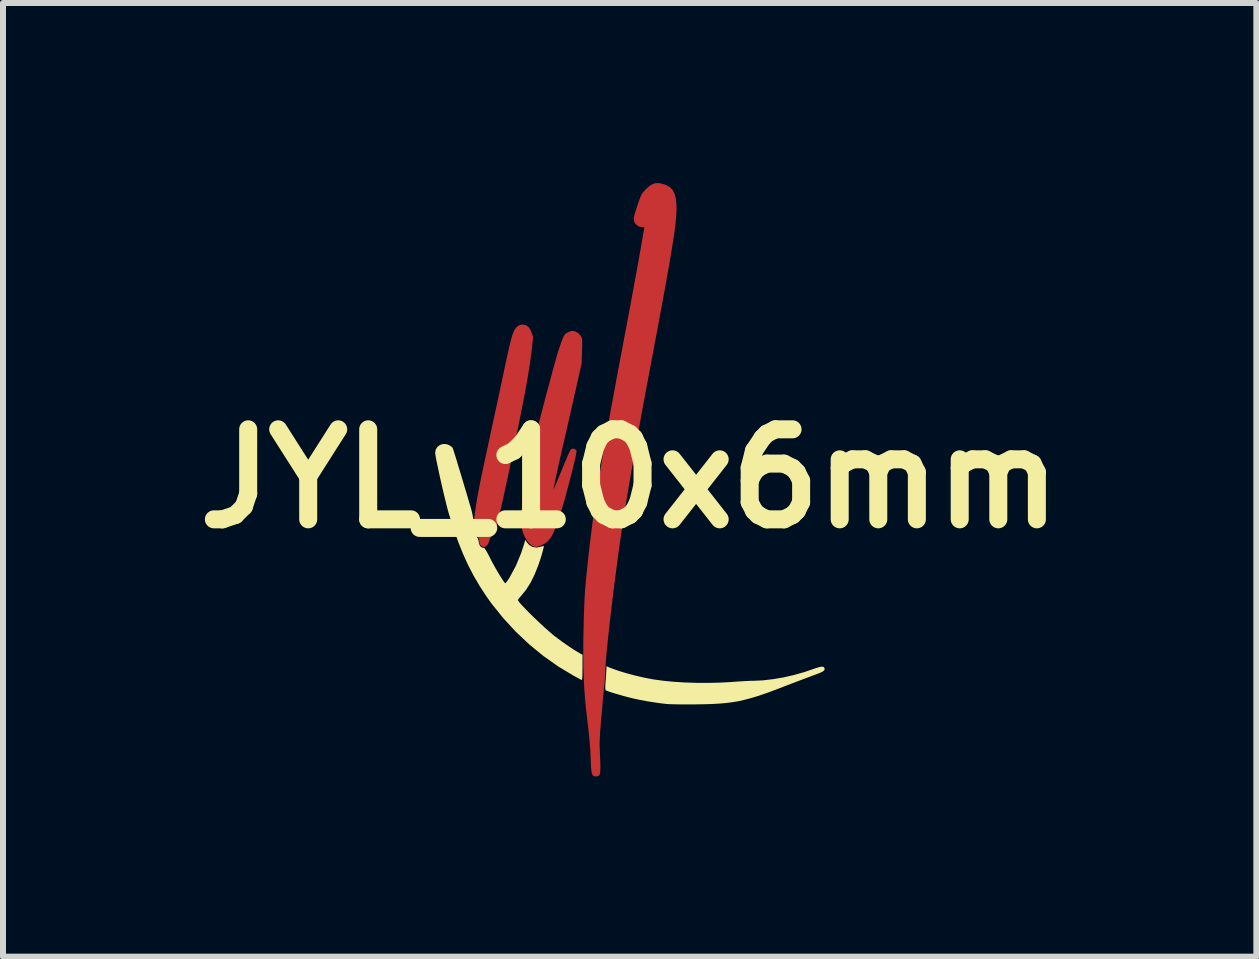
<source format=kicad_pcb>
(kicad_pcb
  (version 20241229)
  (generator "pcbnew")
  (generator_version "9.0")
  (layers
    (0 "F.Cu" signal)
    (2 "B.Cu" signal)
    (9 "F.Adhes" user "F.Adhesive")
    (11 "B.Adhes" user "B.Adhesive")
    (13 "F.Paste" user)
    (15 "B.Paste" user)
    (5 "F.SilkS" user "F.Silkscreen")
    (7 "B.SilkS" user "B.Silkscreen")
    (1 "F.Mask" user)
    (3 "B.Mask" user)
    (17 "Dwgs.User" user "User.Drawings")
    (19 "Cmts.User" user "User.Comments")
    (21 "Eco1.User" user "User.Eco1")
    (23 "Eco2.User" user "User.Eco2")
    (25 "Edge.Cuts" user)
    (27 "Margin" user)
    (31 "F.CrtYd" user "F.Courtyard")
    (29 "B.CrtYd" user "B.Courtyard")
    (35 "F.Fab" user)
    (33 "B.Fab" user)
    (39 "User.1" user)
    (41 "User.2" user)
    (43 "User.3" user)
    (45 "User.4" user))
  (footprint "JYL_10x6mm"
    (layer "F.Cu")
    (at 7.443 4.926)
    (property "Reference" "JYL_10x6mm" (at 0 0 0) (layer "F.SilkS") (effects (font (size 1.5 1.5) (thickness 0.3))))
    (attr board_only exclude_from_pos_files exclude_from_bom)
    (fp_poly (pts (xy -1.723 -2.554) (xy -1.709 -2.546) (xy -1.68 -2.52) (xy -1.657 -2.484) (xy -1.638 -2.439) (xy -1.609 -2.361) (xy -1.63 -2.167) (xy -1.638 -2.099) (xy -1.649 -2.013) (xy -1.663 -1.916) (xy -1.679 -1.813) (xy -1.695 -1.712) (xy -1.704 -1.657) (xy -1.719 -1.574) (xy -1.738 -1.47) (xy -1.761 -1.349) (xy -1.788 -1.212) (xy -1.817 -1.063) (xy -1.849 -0.905) (xy -1.882 -0.74) (xy -1.917 -0.572) (xy -1.952 -0.403) (xy -1.987 -0.236) (xy -2.021 -0.073) (xy -2.054 0.081) (xy -2.085 0.225) (xy -2.114 0.355) (xy -2.14 0.47) (xy -2.162 0.565) (xy -2.171 0.601) (xy -2.193 0.693) (xy -2.211 0.765) (xy -2.225 0.819) (xy -2.237 0.859) (xy -2.248 0.888) (xy -2.258 0.909) (xy -2.269 0.926) (xy -2.282 0.94) (xy -2.289 0.947) (xy -2.327 0.996) (xy -2.341 1.039) (xy -2.358 1.086) (xy -2.38 1.114) (xy -2.41 1.135) (xy -2.435 1.138) (xy -2.467 1.127) (xy -2.491 1.105) (xy -2.504 1.067) (xy -2.507 1.026) (xy -2.516 0.988) (xy -2.546 0.947) (xy -2.55 0.943) (xy -2.575 0.913) (xy -2.591 0.882) (xy -2.6 0.845) (xy -2.602 0.796) (xy -2.597 0.732) (xy -2.592 0.684) (xy -2.583 0.607) (xy -2.573 0.533) (xy -2.563 0.46) (xy -2.551 0.386) (xy -2.538 0.307) (xy -2.522 0.222) (xy -2.504 0.128) (xy -2.483 0.022) (xy -2.458 -0.097) (xy -2.429 -0.233) (xy -2.396 -0.388) (xy -2.361 -0.549) (xy -2.33 -0.695) (xy -2.298 -0.843) (xy -2.266 -0.991) (xy -2.235 -1.135) (xy -2.205 -1.271) (xy -2.178 -1.397) (xy -2.155 -1.509) (xy -2.134 -1.604) (xy -2.119 -1.677) (xy -2.086 -1.834) (xy -2.057 -1.969) (xy -2.032 -2.084) (xy -2.01 -2.181) (xy -1.991 -2.262) (xy -1.973 -2.328) (xy -1.958 -2.381) (xy -1.943 -2.424) (xy -1.929 -2.457) (xy -1.915 -2.484) (xy -1.901 -2.505) (xy -1.886 -2.523) (xy -1.874 -2.534) (xy -1.828 -2.562) (xy -1.775 -2.569)) (stroke (width 0) (type solid)) (fill yes) (layer "F.Cu"))
    (fp_poly (pts (xy -0.905 -2.453) (xy -0.858 -2.425) (xy -0.819 -2.385) (xy -0.813 -2.376) (xy -0.804 -2.36) (xy -0.797 -2.343) (xy -0.793 -2.32) (xy -0.791 -2.289) (xy -0.791 -2.243) (xy -0.792 -2.18) (xy -0.794 -2.131) (xy -0.799 -1.925) (xy -0.94 -1.302) (xy -0.968 -1.177) (xy -0.996 -1.054) (xy -1.023 -0.936) (xy -1.048 -0.827) (xy -1.07 -0.728) (xy -1.09 -0.644) (xy -1.105 -0.576) (xy -1.116 -0.529) (xy -1.118 -0.522) (xy -1.135 -0.446) (xy -1.154 -0.363) (xy -1.174 -0.275) (xy -1.193 -0.187) (xy -1.212 -0.102) (xy -1.229 -0.022) (xy -1.244 0.049) (xy -1.256 0.108) (xy -1.264 0.152) (xy -1.269 0.177) (xy -1.269 0.182) (xy -1.264 0.172) (xy -1.251 0.142) (xy -1.231 0.096) (xy -1.205 0.035) (xy -1.176 -0.037) (xy -1.143 -0.117) (xy -1.134 -0.138) (xy -1.1 -0.222) (xy -1.067 -0.3) (xy -1.038 -0.368) (xy -1.014 -0.423) (xy -0.995 -0.462) (xy -0.983 -0.483) (xy -0.982 -0.484) (xy -0.954 -0.5) (xy -0.921 -0.497) (xy -0.893 -0.479) (xy -0.888 -0.471) (xy -0.886 -0.456) (xy -0.89 -0.425) (xy -0.899 -0.376) (xy -0.914 -0.308) (xy -0.935 -0.221) (xy -0.962 -0.111) (xy -0.972 -0.075) (xy -1.023 0.124) (xy -1.07 0.299) (xy -1.114 0.454) (xy -1.155 0.588) (xy -1.193 0.703) (xy -1.229 0.801) (xy -1.262 0.883) (xy -1.294 0.949) (xy -1.305 0.968) (xy -1.358 1.037) (xy -1.427 1.091) (xy -1.501 1.124) (xy -1.535 1.133) (xy -1.558 1.139) (xy -1.564 1.139) (xy -1.579 1.136) (xy -1.596 1.133) (xy -1.633 1.115) (xy -1.674 1.078) (xy -1.715 1.026) (xy -1.751 0.963) (xy -1.751 0.962) (xy -1.771 0.92) (xy -1.784 0.884) (xy -1.792 0.848) (xy -1.797 0.802) (xy -1.801 0.741) (xy -1.802 0.738) (xy -1.804 0.641) (xy -1.8 0.534) (xy -1.79 0.415) (xy -1.774 0.283) (xy -1.751 0.137) (xy -1.721 -0.026) (xy -1.685 -0.207) (xy -1.64 -0.408) (xy -1.601 -0.577) (xy -1.585 -0.646) (xy -1.563 -0.732) (xy -1.538 -0.832) (xy -1.51 -0.942) (xy -1.479 -1.061) (xy -1.446 -1.185) (xy -1.413 -1.312) (xy -1.379 -1.44) (xy -1.345 -1.565) (xy -1.313 -1.685) (xy -1.283 -1.797) (xy -1.255 -1.898) (xy -1.23 -1.987) (xy -1.21 -2.059) (xy -1.194 -2.113) (xy -1.184 -2.143) (xy -1.156 -2.226) (xy -1.133 -2.29) (xy -1.115 -2.337) (xy -1.1 -2.37) (xy -1.086 -2.394) (xy -1.071 -2.411) (xy -1.055 -2.423) (xy -1.039 -2.433) (xy -1 -2.451) (xy -0.964 -2.462) (xy -0.952 -2.463)) (stroke (width 0) (type solid)) (fill yes) (layer "F.Cu"))
    (fp_poly (pts (xy 0.515 -4.92) (xy 0.599 -4.896) (xy 0.664 -4.862) (xy 0.712 -4.816) (xy 0.746 -4.755) (xy 0.768 -4.676) (xy 0.778 -4.584) (xy 0.78 -4.543) (xy 0.781 -4.498) (xy 0.78 -4.45) (xy 0.777 -4.395) (xy 0.772 -4.335) (xy 0.766 -4.267) (xy 0.757 -4.19) (xy 0.745 -4.104) (xy 0.731 -4.006) (xy 0.714 -3.897) (xy 0.694 -3.776) (xy 0.671 -3.64) (xy 0.645 -3.489) (xy 0.615 -3.321) (xy 0.582 -3.137) (xy 0.545 -2.934) (xy 0.504 -2.712) (xy 0.459 -2.47) (xy 0.409 -2.206) (xy 0.355 -1.919) (xy 0.354 -1.913) (xy 0.275 -1.495) (xy 0.202 -1.1) (xy 0.135 -0.728) (xy 0.073 -0.378) (xy 0.016 -0.049) (xy -0.036 0.258) (xy -0.083 0.545) (xy -0.125 0.812) (xy -0.162 1.059) (xy -0.193 1.286) (xy -0.209 1.407) (xy -0.245 1.682) (xy -0.277 1.936) (xy -0.305 2.169) (xy -0.33 2.38) (xy -0.351 2.57) (xy -0.369 2.738) (xy -0.383 2.883) (xy -0.394 3.005) (xy -0.401 3.103) (xy -0.402 3.125) (xy -0.406 3.203) (xy -0.41 3.276) (xy -0.414 3.339) (xy -0.418 3.388) (xy -0.42 3.418) (xy -0.421 3.421) (xy -0.423 3.444) (xy -0.428 3.488) (xy -0.433 3.55) (xy -0.441 3.627) (xy -0.449 3.716) (xy -0.457 3.814) (xy -0.467 3.917) (xy -0.478 4.042) (xy -0.486 4.147) (xy -0.493 4.234) (xy -0.497 4.307) (xy -0.5 4.369) (xy -0.501 4.424) (xy -0.5 4.474) (xy -0.498 4.523) (xy -0.498 4.528) (xy -0.493 4.643) (xy -0.489 4.737) (xy -0.488 4.81) (xy -0.489 4.866) (xy -0.493 4.905) (xy -0.499 4.931) (xy -0.506 4.944) (xy -0.534 4.959) (xy -0.571 4.963) (xy -0.602 4.955) (xy -0.603 4.954) (xy -0.616 4.942) (xy -0.625 4.923) (xy -0.633 4.895) (xy -0.639 4.853) (xy -0.644 4.796) (xy -0.648 4.719) (xy -0.65 4.655) (xy -0.657 4.516) (xy -0.67 4.356) (xy -0.688 4.176) (xy -0.705 4.032) (xy -0.726 3.85) (xy -0.743 3.675) (xy -0.756 3.502) (xy -0.765 3.327) (xy -0.771 3.146) (xy -0.773 2.955) (xy -0.773 2.75) (xy -0.769 2.527) (xy -0.766 2.421) (xy -0.763 2.29) (xy -0.759 2.178) (xy -0.755 2.079) (xy -0.751 1.988) (xy -0.746 1.902) (xy -0.739 1.814) (xy -0.731 1.72) (xy -0.721 1.615) (xy -0.708 1.495) (xy -0.699 1.403) (xy -0.68 1.23) (xy -0.66 1.059) (xy -0.639 0.889) (xy -0.617 0.718) (xy -0.594 0.543) (xy -0.568 0.364) (xy -0.54 0.179) (xy -0.51 -0.015) (xy -0.476 -0.218) (xy -0.44 -0.433) (xy -0.401 -0.661) (xy -0.358 -0.903) (xy -0.311 -1.163) (xy -0.26 -1.44) (xy -0.205 -1.737) (xy -0.145 -2.056) (xy -0.132 -2.125) (xy -0.075 -2.426) (xy -0.021 -2.713) (xy 0.03 -2.987) (xy 0.077 -3.244) (xy 0.121 -3.484) (xy 0.161 -3.705) (xy 0.196 -3.905) (xy 0.223 -4.06) (xy 0.245 -4.187) (xy 0.203 -4.19) (xy 0.148 -4.205) (xy 0.104 -4.237) (xy 0.076 -4.282) (xy 0.067 -4.329) (xy 0.071 -4.356) (xy 0.082 -4.4) (xy 0.098 -4.457) (xy 0.118 -4.52) (xy 0.14 -4.585) (xy 0.161 -4.645) (xy 0.181 -4.697) (xy 0.197 -4.734) (xy 0.203 -4.744) (xy 0.224 -4.772) (xy 0.255 -4.807) (xy 0.291 -4.843) (xy 0.351 -4.892) (xy 0.409 -4.919) (xy 0.469 -4.926)) (stroke (width 0) (type solid)) (fill yes) (layer "F.Cu"))
    (fp_poly (pts (xy -1.725 -2.551) (xy -1.71 -2.542) (xy -1.681 -2.517) (xy -1.658 -2.481) (xy -1.639 -2.435) (xy -1.61 -2.357) (xy -1.631 -2.164) (xy -1.639 -2.096) (xy -1.651 -2.01) (xy -1.664 -1.913) (xy -1.68 -1.81) (xy -1.696 -1.709) (xy -1.705 -1.653) (xy -1.72 -1.571) (xy -1.739 -1.467) (xy -1.762 -1.345) (xy -1.789 -1.209) (xy -1.818 -1.06) (xy -1.85 -0.902) (xy -1.884 -0.737) (xy -1.918 -0.569) (xy -1.953 -0.399) (xy -1.988 -0.232) (xy -2.023 -0.07) (xy -2.056 0.084) (xy -2.087 0.228) (xy -2.115 0.359) (xy -2.141 0.473) (xy -2.163 0.568) (xy -2.172 0.604) (xy -2.194 0.696) (xy -2.212 0.768) (xy -2.227 0.822) (xy -2.238 0.863) (xy -2.249 0.892) (xy -2.259 0.913) (xy -2.27 0.929) (xy -2.283 0.943) (xy -2.29 0.95) (xy -2.328 0.999) (xy -2.343 1.043) (xy -2.359 1.089) (xy -2.382 1.117) (xy -2.411 1.138) (xy -2.437 1.142) (xy -2.468 1.13) (xy -2.492 1.108) (xy -2.505 1.071) (xy -2.508 1.029) (xy -2.518 0.992) (xy -2.548 0.95) (xy -2.552 0.946) (xy -2.576 0.916) (xy -2.593 0.885) (xy -2.601 0.848) (xy -2.603 0.8) (xy -2.599 0.736) (xy -2.593 0.687) (xy -2.584 0.61) (xy -2.574 0.536) (xy -2.564 0.463) (xy -2.552 0.389) (xy -2.539 0.31) (xy -2.523 0.225) (xy -2.505 0.131) (xy -2.484 0.026) (xy -2.459 -0.094) (xy -2.431 -0.23) (xy -2.397 -0.385) (xy -2.363 -0.545) (xy -2.331 -0.692) (xy -2.299 -0.84) (xy -2.267 -0.988) (xy -2.236 -1.132) (xy -2.207 -1.268) (xy -2.18 -1.394) (xy -2.156 -1.506) (xy -2.136 -1.6) (xy -2.12 -1.674) (xy -2.087 -1.831) (xy -2.058 -1.966) (xy -2.033 -2.081) (xy -2.011 -2.178) (xy -1.992 -2.258) (xy -1.975 -2.324) (xy -1.959 -2.378) (xy -1.945 -2.42) (xy -1.931 -2.454) (xy -1.917 -2.481) (xy -1.902 -2.502) (xy -1.887 -2.52) (xy -1.876 -2.531) (xy -1.829 -2.559) (xy -1.777 -2.566)) (stroke (width 0) (type solid)) (fill yes) (layer "F.Mask"))
    (fp_poly (pts (xy -0.906 -2.45) (xy -0.859 -2.422) (xy -0.82 -2.382) (xy -0.814 -2.373) (xy -0.805 -2.357) (xy -0.798 -2.339) (xy -0.794 -2.317) (xy -0.792 -2.285) (xy -0.792 -2.24) (xy -0.793 -2.177) (xy -0.795 -2.128) (xy -0.801 -1.922) (xy -0.941 -1.299) (xy -0.97 -1.174) (xy -0.998 -1.051) (xy -1.024 -0.933) (xy -1.049 -0.823) (xy -1.072 -0.725) (xy -1.091 -0.64) (xy -1.106 -0.573) (xy -1.117 -0.526) (xy -1.119 -0.519) (xy -1.137 -0.443) (xy -1.156 -0.359) (xy -1.175 -0.272) (xy -1.194 -0.184) (xy -1.213 -0.099) (xy -1.23 -0.019) (xy -1.245 0.052) (xy -1.257 0.111) (xy -1.266 0.155) (xy -1.27 0.18) (xy -1.27 0.185) (xy -1.265 0.175) (xy -1.252 0.146) (xy -1.232 0.099) (xy -1.207 0.039) (xy -1.177 -0.033) (xy -1.144 -0.114) (xy -1.136 -0.135) (xy -1.101 -0.219) (xy -1.069 -0.296) (xy -1.039 -0.364) (xy -1.015 -0.42) (xy -0.996 -0.459) (xy -0.985 -0.48) (xy -0.984 -0.481) (xy -0.955 -0.496) (xy -0.922 -0.494) (xy -0.894 -0.475) (xy -0.889 -0.467) (xy -0.888 -0.452) (xy -0.891 -0.421) (xy -0.901 -0.373) (xy -0.916 -0.305) (xy -0.936 -0.217) (xy -0.964 -0.108) (xy -0.973 -0.071) (xy -1.024 0.127) (xy -1.072 0.303) (xy -1.115 0.457) (xy -1.156 0.591) (xy -1.194 0.707) (xy -1.23 0.804) (xy -1.264 0.886) (xy -1.296 0.952) (xy -1.307 0.972) (xy -1.359 1.04) (xy -1.428 1.094) (xy -1.503 1.127) (xy -1.536 1.137) (xy -1.56 1.142) (xy -1.565 1.142) (xy -1.58 1.139) (xy -1.597 1.136) (xy -1.635 1.118) (xy -1.675 1.081) (xy -1.716 1.029) (xy -1.752 0.966) (xy -1.753 0.965) (xy -1.772 0.923) (xy -1.785 0.888) (xy -1.793 0.851) (xy -1.799 0.806) (xy -1.803 0.744) (xy -1.803 0.741) (xy -1.805 0.644) (xy -1.801 0.537) (xy -1.791 0.418) (xy -1.775 0.287) (xy -1.752 0.14) (xy -1.723 -0.023) (xy -1.686 -0.204) (xy -1.642 -0.405) (xy -1.603 -0.573) (xy -1.586 -0.643) (xy -1.564 -0.729) (xy -1.539 -0.829) (xy -1.511 -0.939) (xy -1.48 -1.058) (xy -1.447 -1.182) (xy -1.414 -1.309) (xy -1.38 -1.437) (xy -1.347 -1.561) (xy -1.314 -1.681) (xy -1.284 -1.793) (xy -1.256 -1.895) (xy -1.231 -1.983) (xy -1.211 -2.056) (xy -1.195 -2.11) (xy -1.185 -2.14) (xy -1.157 -2.223) (xy -1.134 -2.286) (xy -1.116 -2.333) (xy -1.101 -2.367) (xy -1.087 -2.391) (xy -1.072 -2.407) (xy -1.056 -2.42) (xy -1.04 -2.43) (xy -1.002 -2.448) (xy -0.965 -2.459) (xy -0.953 -2.46)) (stroke (width 0) (type solid)) (fill yes) (layer "F.Mask"))
    (fp_poly (pts (xy 0.514 -4.917) (xy 0.597 -4.893) (xy 0.663 -4.859) (xy 0.711 -4.813) (xy 0.745 -4.751) (xy 0.766 -4.673) (xy 0.777 -4.581) (xy 0.779 -4.54) (xy 0.78 -4.495) (xy 0.779 -4.446) (xy 0.776 -4.392) (xy 0.771 -4.332) (xy 0.764 -4.263) (xy 0.755 -4.187) (xy 0.744 -4.1) (xy 0.73 -4.003) (xy 0.713 -3.894) (xy 0.693 -3.772) (xy 0.67 -3.636) (xy 0.644 -3.485) (xy 0.614 -3.318) (xy 0.581 -3.134) (xy 0.544 -2.931) (xy 0.503 -2.709) (xy 0.457 -2.466) (xy 0.408 -2.202) (xy 0.354 -1.916) (xy 0.353 -1.91) (xy 0.274 -1.492) (xy 0.201 -1.097) (xy 0.134 -0.725) (xy 0.071 -0.374) (xy 0.014 -0.046) (xy -0.037 0.262) (xy -0.084 0.548) (xy -0.126 0.815) (xy -0.163 1.062) (xy -0.195 1.29) (xy -0.211 1.41) (xy -0.246 1.685) (xy -0.278 1.939) (xy -0.306 2.172) (xy -0.331 2.384) (xy -0.352 2.573) (xy -0.37 2.741) (xy -0.385 2.886) (xy -0.395 3.008) (xy -0.402 3.106) (xy -0.403 3.128) (xy -0.407 3.206) (xy -0.411 3.279) (xy -0.415 3.343) (xy -0.419 3.392) (xy -0.422 3.422) (xy -0.422 3.424) (xy -0.424 3.447) (xy -0.429 3.491) (xy -0.435 3.553) (xy -0.442 3.63) (xy -0.45 3.719) (xy -0.459 3.817) (xy -0.468 3.92) (xy -0.479 4.046) (xy -0.487 4.15) (xy -0.494 4.237) (xy -0.498 4.31) (xy -0.501 4.372) (xy -0.502 4.427) (xy -0.501 4.477) (xy -0.499 4.526) (xy -0.499 4.531) (xy -0.494 4.646) (xy -0.491 4.74) (xy -0.489 4.813) (xy -0.491 4.869) (xy -0.494 4.908) (xy -0.5 4.934) (xy -0.507 4.947) (xy -0.536 4.962) (xy -0.572 4.966) (xy -0.603 4.958) (xy -0.604 4.957) (xy -0.617 4.945) (xy -0.627 4.927) (xy -0.634 4.898) (xy -0.64 4.857) (xy -0.645 4.799) (xy -0.649 4.722) (xy -0.651 4.658) (xy -0.659 4.519) (xy -0.671 4.359) (xy -0.69 4.179) (xy -0.706 4.035) (xy -0.727 3.854) (xy -0.744 3.679) (xy -0.757 3.506) (xy -0.766 3.331) (xy -0.772 3.15) (xy -0.775 2.959) (xy -0.774 2.754) (xy -0.77 2.53) (xy -0.768 2.425) (xy -0.764 2.294) (xy -0.76 2.181) (xy -0.757 2.082) (xy -0.752 1.992) (xy -0.747 1.905) (xy -0.74 1.817) (xy -0.732 1.723) (xy -0.722 1.619) (xy -0.71 1.498) (xy -0.7 1.406) (xy -0.681 1.233) (xy -0.661 1.063) (xy -0.641 0.893) (xy -0.619 0.721) (xy -0.595 0.547) (xy -0.569 0.368) (xy -0.541 0.182) (xy -0.511 -0.011) (xy -0.478 -0.215) (xy -0.442 -0.429) (xy -0.402 -0.657) (xy -0.359 -0.9) (xy -0.312 -1.159) (xy -0.261 -1.437) (xy -0.206 -1.734) (xy -0.146 -2.053) (xy -0.133 -2.121) (xy -0.076 -2.422) (xy -0.022 -2.71) (xy 0.028 -2.984) (xy 0.076 -3.241) (xy 0.12 -3.481) (xy 0.159 -3.701) (xy 0.195 -3.901) (xy 0.222 -4.057) (xy 0.244 -4.184) (xy 0.202 -4.187) (xy 0.147 -4.202) (xy 0.103 -4.234) (xy 0.074 -4.279) (xy 0.066 -4.326) (xy 0.07 -4.353) (xy 0.081 -4.397) (xy 0.097 -4.454) (xy 0.117 -4.517) (xy 0.138 -4.581) (xy 0.16 -4.642) (xy 0.18 -4.694) (xy 0.196 -4.731) (xy 0.202 -4.741) (xy 0.222 -4.768) (xy 0.254 -4.804) (xy 0.29 -4.84) (xy 0.35 -4.889) (xy 0.408 -4.916) (xy 0.468 -4.923)) (stroke (width 0) (type solid)) (fill yes) (layer "F.Mask"))
    (fp_poly (pts (xy -0.324 3.153) (xy -0.203 3.197) (xy -0.064 3.24) (xy 0.085 3.28) (xy 0.239 3.316) (xy 0.391 3.345) (xy 0.423 3.35) (xy 0.573 3.37) (xy 0.742 3.386) (xy 0.923 3.397) (xy 1.112 3.403) (xy 1.304 3.404) (xy 1.491 3.4) (xy 1.67 3.391) (xy 1.724 3.387) (xy 1.805 3.381) (xy 1.888 3.376) (xy 1.965 3.372) (xy 2.031 3.369) (xy 2.062 3.369) (xy 2.219 3.362) (xy 2.389 3.342) (xy 2.566 3.312) (xy 2.744 3.271) (xy 2.916 3.222) (xy 3.038 3.18) (xy 3.111 3.155) (xy 3.165 3.139) (xy 3.203 3.133) (xy 3.228 3.137) (xy 3.243 3.151) (xy 3.246 3.158) (xy 3.249 3.179) (xy 3.238 3.198) (xy 3.212 3.218) (xy 3.166 3.239) (xy 3.1 3.264) (xy 3.056 3.28) (xy 2.993 3.304) (xy 2.916 3.333) (xy 2.828 3.366) (xy 2.733 3.402) (xy 2.637 3.439) (xy 2.6 3.453) (xy 2.437 3.516) (xy 2.291 3.57) (xy 2.161 3.615) (xy 2.041 3.652) (xy 1.93 3.682) (xy 1.823 3.707) (xy 1.717 3.725) (xy 1.607 3.739) (xy 1.492 3.749) (xy 1.366 3.756) (xy 1.227 3.76) (xy 1.095 3.762) (xy 0.997 3.762) (xy 0.902 3.762) (xy 0.813 3.762) (xy 0.734 3.76) (xy 0.671 3.759) (xy 0.628 3.756) (xy 0.623 3.756) (xy 0.518 3.744) (xy 0.399 3.727) (xy 0.274 3.707) (xy 0.151 3.683) (xy 0.04 3.659) (xy 0.038 3.658) (xy -0.027 3.642) (xy -0.098 3.623) (xy -0.171 3.602) (xy -0.24 3.582) (xy -0.302 3.563) (xy -0.352 3.546) (xy -0.386 3.533) (xy -0.396 3.528) (xy -0.403 3.519) (xy -0.406 3.499) (xy -0.406 3.466) (xy -0.404 3.415) (xy -0.399 3.356) (xy -0.395 3.292) (xy -0.391 3.235) (xy -0.388 3.19) (xy -0.387 3.163) (xy -0.387 3.16) (xy -0.387 3.127)) (stroke (width 0) (type solid)) (fill yes) (layer "F.SilkS"))
    (fp_poly (pts (xy -3.051 -0.574) (xy -3.015 -0.561) (xy -2.981 -0.541) (xy -2.957 -0.521) (xy -2.951 -0.514) (xy -2.944 -0.496) (xy -2.931 -0.457) (xy -2.912 -0.396) (xy -2.886 -0.312) (xy -2.854 -0.206) (xy -2.815 -0.078) (xy -2.77 0.073) (xy -2.718 0.247) (xy -2.684 0.363) (xy -2.659 0.447) (xy -2.64 0.512) (xy -2.627 0.563) (xy -2.618 0.605) (xy -2.612 0.642) (xy -2.609 0.679) (xy -2.608 0.721) (xy -2.608 0.762) (xy -2.607 0.907) (xy -2.567 0.949) (xy -2.545 0.973) (xy -2.531 0.996) (xy -2.521 1.024) (xy -2.513 1.065) (xy -2.51 1.084) (xy -2.493 1.124) (xy -2.459 1.149) (xy -2.426 1.155) (xy -2.415 1.165) (xy -2.396 1.194) (xy -2.371 1.237) (xy -2.343 1.29) (xy -2.33 1.315) (xy -2.3 1.375) (xy -2.265 1.439) (xy -2.228 1.505) (xy -2.19 1.57) (xy -2.154 1.629) (xy -2.122 1.68) (xy -2.096 1.718) (xy -2.078 1.74) (xy -2.073 1.744) (xy -2.062 1.736) (xy -2.043 1.711) (xy -2.018 1.675) (xy -2.002 1.649) (xy -1.897 1.455) (xy -1.81 1.245) (xy -1.765 1.109) (xy -1.739 1.02) (xy -1.717 1.056) (xy -1.673 1.107) (xy -1.617 1.139) (xy -1.554 1.149) (xy -1.489 1.137) (xy -1.457 1.127) (xy -1.435 1.122) (xy -1.431 1.123) (xy -1.432 1.137) (xy -1.439 1.169) (xy -1.451 1.216) (xy -1.467 1.273) (xy -1.486 1.335) (xy -1.507 1.398) (xy -1.522 1.442) (xy -1.585 1.6) (xy -1.653 1.737) (xy -1.728 1.854) (xy -1.8 1.943) (xy -1.83 1.977) (xy -1.852 2.005) (xy -1.862 2.022) (xy -1.863 2.023) (xy -1.854 2.04) (xy -1.83 2.071) (xy -1.792 2.114) (xy -1.743 2.165) (xy -1.686 2.224) (xy -1.622 2.287) (xy -1.555 2.352) (xy -1.485 2.418) (xy -1.417 2.481) (xy -1.351 2.539) (xy -1.291 2.591) (xy -1.256 2.62) (xy -1.199 2.663) (xy -1.133 2.712) (xy -1.062 2.762) (xy -0.992 2.81) (xy -0.925 2.854) (xy -0.869 2.889) (xy -0.827 2.913) (xy -0.826 2.914) (xy -0.786 2.934) (xy -0.786 3.145) (xy -0.787 3.214) (xy -0.788 3.273) (xy -0.79 3.319) (xy -0.793 3.348) (xy -0.795 3.356) (xy -0.809 3.351) (xy -0.839 3.336) (xy -0.881 3.313) (xy -0.931 3.286) (xy -1.188 3.132) (xy -1.437 2.956) (xy -1.675 2.761) (xy -1.9 2.549) (xy -2.109 2.322) (xy -2.301 2.083) (xy -2.39 1.958) (xy -2.5 1.789) (xy -2.601 1.617) (xy -2.693 1.439) (xy -2.779 1.25) (xy -2.859 1.049) (xy -2.936 0.83) (xy -3.011 0.591) (xy -3.016 0.575) (xy -3.031 0.522) (xy -3.049 0.453) (xy -3.069 0.371) (xy -3.091 0.281) (xy -3.114 0.184) (xy -3.137 0.084) (xy -3.159 -0.015) (xy -3.18 -0.111) (xy -3.199 -0.201) (xy -3.216 -0.28) (xy -3.229 -0.347) (xy -3.237 -0.397) (xy -3.241 -0.427) (xy -3.242 -0.431) (xy -3.231 -0.486) (xy -3.202 -0.531) (xy -3.159 -0.562) (xy -3.107 -0.577)) (stroke (width 0) (type solid)) (fill yes) (layer "F.SilkS")))
  (gr_rect
    (start -3 -3)
    (end 17.886 12.892)
    (stroke (width 0.1) (type default))
    (fill no)
    (layer "Edge.Cuts")))
</source>
